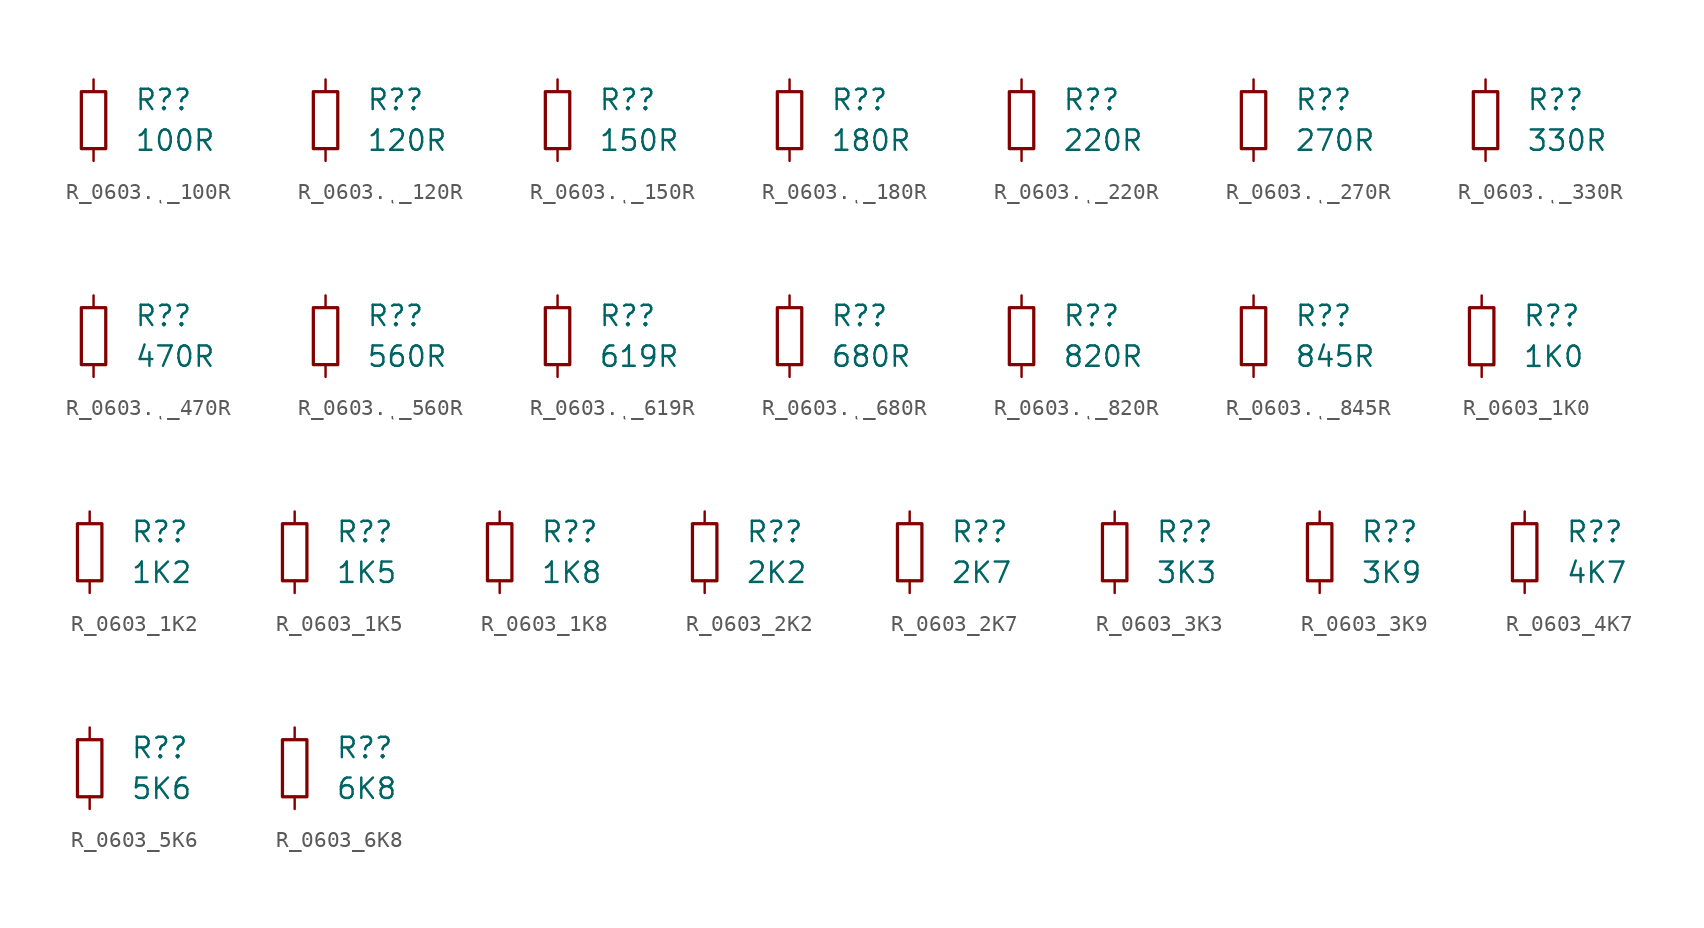
<source format=kicad_sym>
(kicad_symbol_lib
  (version 20231120)
  (generator "kicad_symbol_editor")
  (generator_version "8.0")
  (symbol "R_0603.ͺ_100R"
    (pin_numbers hide)
    (pin_names
      (offset 0.254) hide)
    (property "Reference" "R?"
      (at 2.54 1.27 0)
      (effects (font (size 1.27 1.27)) (justify left)))
    (property "Value" "100R"
      (at 2.54 -1.27 0)
      (effects (font (size 1.27 1.27)) (justify left)))
    (symbol "R_0603.ͺ_100R_0_1"
      (rectangle (start -0.762 1.778) (end 0.762 -1.778) (stroke (width 0.203) (type default)) (fill (type none))))
    (symbol "R_0603.ͺ_100R_1_1"
      (pin passive line (at 0 2.54 270) (length 0.762) (name "~" (effects (font (size 1.27 1.27)))) (number "1" (effects (font (size 1.27 1.27)))))
      (pin passive line (at 0 -2.54 90) (length 0.762) (name "~" (effects (font (size 1.27 1.27)))) (number "2" (effects (font (size 1.27 1.27)))))))
  (symbol "R_0603.ͺ_120R"
    (pin_numbers hide)
    (pin_names
      (offset 0.254) hide)
    (property "Reference" "R?"
      (at 2.54 1.27 0)
      (effects (font (size 1.27 1.27)) (justify left)))
    (property "Value" "120R"
      (at 2.54 -1.27 0)
      (effects (font (size 1.27 1.27)) (justify left)))
    (symbol "R_0603.ͺ_120R_0_1"
      (rectangle (start -0.762 1.778) (end 0.762 -1.778) (stroke (width 0.203) (type default)) (fill (type none))))
    (symbol "R_0603.ͺ_120R_1_1"
      (pin passive line (at 0 2.54 270) (length 0.762) (name "~" (effects (font (size 1.27 1.27)))) (number "1" (effects (font (size 1.27 1.27)))))
      (pin passive line (at 0 -2.54 90) (length 0.762) (name "~" (effects (font (size 1.27 1.27)))) (number "2" (effects (font (size 1.27 1.27)))))))
  (symbol "R_0603.ͺ_150R"
    (pin_numbers hide)
    (pin_names
      (offset 0.254) hide)
    (property "Reference" "R?"
      (at 2.54 1.27 0)
      (effects (font (size 1.27 1.27)) (justify left)))
    (property "Value" "150R"
      (at 2.54 -1.27 0)
      (effects (font (size 1.27 1.27)) (justify left)))
    (symbol "R_0603.ͺ_150R_0_1"
      (rectangle (start -0.762 1.778) (end 0.762 -1.778) (stroke (width 0.203) (type default)) (fill (type none))))
    (symbol "R_0603.ͺ_150R_1_1"
      (pin passive line (at 0 2.54 270) (length 0.762) (name "~" (effects (font (size 1.27 1.27)))) (number "1" (effects (font (size 1.27 1.27)))))
      (pin passive line (at 0 -2.54 90) (length 0.762) (name "~" (effects (font (size 1.27 1.27)))) (number "2" (effects (font (size 1.27 1.27)))))))
  (symbol "R_0603.ͺ_180R"
    (pin_numbers hide)
    (pin_names
      (offset 0.254) hide)
    (property "Reference" "R?"
      (at 2.54 1.27 0)
      (effects (font (size 1.27 1.27)) (justify left)))
    (property "Value" "180R"
      (at 2.54 -1.27 0)
      (effects (font (size 1.27 1.27)) (justify left)))
    (symbol "R_0603.ͺ_180R_0_1"
      (rectangle (start -0.762 1.778) (end 0.762 -1.778) (stroke (width 0.203) (type default)) (fill (type none))))
    (symbol "R_0603.ͺ_180R_1_1"
      (pin passive line (at 0 2.54 270) (length 0.762) (name "~" (effects (font (size 1.27 1.27)))) (number "1" (effects (font (size 1.27 1.27)))))
      (pin passive line (at 0 -2.54 90) (length 0.762) (name "~" (effects (font (size 1.27 1.27)))) (number "2" (effects (font (size 1.27 1.27)))))))
  (symbol "R_0603.ͺ_220R"
    (pin_numbers hide)
    (pin_names
      (offset 0.254) hide)
    (property "Reference" "R?"
      (at 2.54 1.27 0)
      (effects (font (size 1.27 1.27)) (justify left)))
    (property "Value" "220R"
      (at 2.54 -1.27 0)
      (effects (font (size 1.27 1.27)) (justify left)))
    (symbol "R_0603.ͺ_220R_0_1"
      (rectangle (start -0.762 1.778) (end 0.762 -1.778) (stroke (width 0.203) (type default)) (fill (type none))))
    (symbol "R_0603.ͺ_220R_1_1"
      (pin passive line (at 0 2.54 270) (length 0.762) (name "~" (effects (font (size 1.27 1.27)))) (number "1" (effects (font (size 1.27 1.27)))))
      (pin passive line (at 0 -2.54 90) (length 0.762) (name "~" (effects (font (size 1.27 1.27)))) (number "2" (effects (font (size 1.27 1.27)))))))
  (symbol "R_0603.ͺ_270R"
    (pin_numbers hide)
    (pin_names
      (offset 0.254) hide)
    (property "Reference" "R?"
      (at 2.54 1.27 0)
      (effects (font (size 1.27 1.27)) (justify left)))
    (property "Value" "270R"
      (at 2.54 -1.27 0)
      (effects (font (size 1.27 1.27)) (justify left)))
    (symbol "R_0603.ͺ_270R_0_1"
      (rectangle (start -0.762 1.778) (end 0.762 -1.778) (stroke (width 0.203) (type default)) (fill (type none))))
    (symbol "R_0603.ͺ_270R_1_1"
      (pin passive line (at 0 2.54 270) (length 0.762) (name "~" (effects (font (size 1.27 1.27)))) (number "1" (effects (font (size 1.27 1.27)))))
      (pin passive line (at 0 -2.54 90) (length 0.762) (name "~" (effects (font (size 1.27 1.27)))) (number "2" (effects (font (size 1.27 1.27)))))))
  (symbol "R_0603.ͺ_330R"
    (pin_numbers hide)
    (pin_names
      (offset 0.254) hide)
    (property "Reference" "R?"
      (at 2.54 1.27 0)
      (effects (font (size 1.27 1.27)) (justify left)))
    (property "Value" "330R"
      (at 2.54 -1.27 0)
      (effects (font (size 1.27 1.27)) (justify left)))
    (symbol "R_0603.ͺ_330R_0_1"
      (rectangle (start -0.762 1.778) (end 0.762 -1.778) (stroke (width 0.203) (type default)) (fill (type none))))
    (symbol "R_0603.ͺ_330R_1_1"
      (pin passive line (at 0 2.54 270) (length 0.762) (name "~" (effects (font (size 1.27 1.27)))) (number "1" (effects (font (size 1.27 1.27)))))
      (pin passive line (at 0 -2.54 90) (length 0.762) (name "~" (effects (font (size 1.27 1.27)))) (number "2" (effects (font (size 1.27 1.27)))))))
  (symbol "R_0603.ͺ_470R"
    (pin_numbers hide)
    (pin_names
      (offset 0.254) hide)
    (property "Reference" "R?"
      (at 2.54 1.27 0)
      (effects (font (size 1.27 1.27)) (justify left)))
    (property "Value" "470R"
      (at 2.54 -1.27 0)
      (effects (font (size 1.27 1.27)) (justify left)))
    (symbol "R_0603.ͺ_470R_0_1"
      (rectangle (start -0.762 1.778) (end 0.762 -1.778) (stroke (width 0.203) (type default)) (fill (type none))))
    (symbol "R_0603.ͺ_470R_1_1"
      (pin passive line (at 0 2.54 270) (length 0.762) (name "~" (effects (font (size 1.27 1.27)))) (number "1" (effects (font (size 1.27 1.27)))))
      (pin passive line (at 0 -2.54 90) (length 0.762) (name "~" (effects (font (size 1.27 1.27)))) (number "2" (effects (font (size 1.27 1.27)))))))
  (symbol "R_0603.ͺ_560R"
    (pin_numbers hide)
    (pin_names
      (offset 0.254) hide)
    (property "Reference" "R?"
      (at 2.54 1.27 0)
      (effects (font (size 1.27 1.27)) (justify left)))
    (property "Value" "560R"
      (at 2.54 -1.27 0)
      (effects (font (size 1.27 1.27)) (justify left)))
    (symbol "R_0603.ͺ_560R_0_1"
      (rectangle (start -0.762 1.778) (end 0.762 -1.778) (stroke (width 0.203) (type default)) (fill (type none))))
    (symbol "R_0603.ͺ_560R_1_1"
      (pin passive line (at 0 2.54 270) (length 0.762) (name "~" (effects (font (size 1.27 1.27)))) (number "1" (effects (font (size 1.27 1.27)))))
      (pin passive line (at 0 -2.54 90) (length 0.762) (name "~" (effects (font (size 1.27 1.27)))) (number "2" (effects (font (size 1.27 1.27)))))))
  (symbol "R_0603.ͺ_619R"
    (pin_numbers hide)
    (pin_names
      (offset 0.254) hide)
    (property "Reference" "R?"
      (at 2.54 1.27 0)
      (effects (font (size 1.27 1.27)) (justify left)))
    (property "Value" "619R"
      (at 2.54 -1.27 0)
      (effects (font (size 1.27 1.27)) (justify left)))
    (symbol "R_0603.ͺ_619R_0_1"
      (rectangle (start -0.762 1.778) (end 0.762 -1.778) (stroke (width 0.203) (type default)) (fill (type none))))
    (symbol "R_0603.ͺ_619R_1_1"
      (pin passive line (at 0 2.54 270) (length 0.762) (name "~" (effects (font (size 1.27 1.27)))) (number "1" (effects (font (size 1.27 1.27)))))
      (pin passive line (at 0 -2.54 90) (length 0.762) (name "~" (effects (font (size 1.27 1.27)))) (number "2" (effects (font (size 1.27 1.27)))))))
  (symbol "R_0603.ͺ_680R"
    (pin_numbers hide)
    (pin_names
      (offset 0.254) hide)
    (property "Reference" "R?"
      (at 2.54 1.27 0)
      (effects (font (size 1.27 1.27)) (justify left)))
    (property "Value" "680R"
      (at 2.54 -1.27 0)
      (effects (font (size 1.27 1.27)) (justify left)))
    (symbol "R_0603.ͺ_680R_0_1"
      (rectangle (start -0.762 1.778) (end 0.762 -1.778) (stroke (width 0.203) (type default)) (fill (type none))))
    (symbol "R_0603.ͺ_680R_1_1"
      (pin passive line (at 0 2.54 270) (length 0.762) (name "~" (effects (font (size 1.27 1.27)))) (number "1" (effects (font (size 1.27 1.27)))))
      (pin passive line (at 0 -2.54 90) (length 0.762) (name "~" (effects (font (size 1.27 1.27)))) (number "2" (effects (font (size 1.27 1.27)))))))
  (symbol "R_0603.ͺ_820R"
    (pin_numbers hide)
    (pin_names
      (offset 0.254) hide)
    (property "Reference" "R?"
      (at 2.54 1.27 0)
      (effects (font (size 1.27 1.27)) (justify left)))
    (property "Value" "820R"
      (at 2.54 -1.27 0)
      (effects (font (size 1.27 1.27)) (justify left)))
    (symbol "R_0603.ͺ_820R_0_1"
      (rectangle (start -0.762 1.778) (end 0.762 -1.778) (stroke (width 0.203) (type default)) (fill (type none))))
    (symbol "R_0603.ͺ_820R_1_1"
      (pin passive line (at 0 2.54 270) (length 0.762) (name "~" (effects (font (size 1.27 1.27)))) (number "1" (effects (font (size 1.27 1.27)))))
      (pin passive line (at 0 -2.54 90) (length 0.762) (name "~" (effects (font (size 1.27 1.27)))) (number "2" (effects (font (size 1.27 1.27)))))))
  (symbol "R_0603.ͺ_845R"
    (pin_numbers hide)
    (pin_names
      (offset 0.254) hide)
    (property "Reference" "R?"
      (at 2.54 1.27 0)
      (effects (font (size 1.27 1.27)) (justify left)))
    (property "Value" "845R"
      (at 2.54 -1.27 0)
      (effects (font (size 1.27 1.27)) (justify left)))
    (symbol "R_0603.ͺ_845R_0_1"
      (rectangle (start -0.762 1.778) (end 0.762 -1.778) (stroke (width 0.203) (type default)) (fill (type none))))
    (symbol "R_0603.ͺ_845R_1_1"
      (pin passive line (at 0 2.54 270) (length 0.762) (name "~" (effects (font (size 1.27 1.27)))) (number "1" (effects (font (size 1.27 1.27)))))
      (pin passive line (at 0 -2.54 90) (length 0.762) (name "~" (effects (font (size 1.27 1.27)))) (number "2" (effects (font (size 1.27 1.27)))))))
  (symbol "R_0603_1K0"
    (pin_numbers hide)
    (pin_names
      (offset 0.254) hide)
    (property "Reference" "R?"
      (at 2.54 1.27 0)
      (effects (font (size 1.27 1.27)) (justify left)))
    (property "Value" "1K0"
      (at 2.54 -1.27 0)
      (effects (font (size 1.27 1.27)) (justify left)))
    (symbol "R_0603_1K0_0_1"
      (rectangle (start -0.762 1.778) (end 0.762 -1.778) (stroke (width 0.203) (type default)) (fill (type none))))
    (symbol "R_0603_1K0_1_1"
      (pin passive line (at 0 2.54 270) (length 0.762) (name "~" (effects (font (size 1.27 1.27)))) (number "1" (effects (font (size 1.27 1.27)))))
      (pin passive line (at 0 -2.54 90) (length 0.762) (name "~" (effects (font (size 1.27 1.27)))) (number "2" (effects (font (size 1.27 1.27)))))))
  (symbol "R_0603_1K2"
    (pin_numbers hide)
    (pin_names
      (offset 0.254) hide)
    (property "Reference" "R?"
      (at 2.54 1.27 0)
      (effects (font (size 1.27 1.27)) (justify left)))
    (property "Value" "1K2"
      (at 2.54 -1.27 0)
      (effects (font (size 1.27 1.27)) (justify left)))
    (symbol "R_0603_1K2_0_1"
      (rectangle (start -0.762 1.778) (end 0.762 -1.778) (stroke (width 0.203) (type default)) (fill (type none))))
    (symbol "R_0603_1K2_1_1"
      (pin passive line (at 0 2.54 270) (length 0.762) (name "~" (effects (font (size 1.27 1.27)))) (number "1" (effects (font (size 1.27 1.27)))))
      (pin passive line (at 0 -2.54 90) (length 0.762) (name "~" (effects (font (size 1.27 1.27)))) (number "2" (effects (font (size 1.27 1.27)))))))
  (symbol "R_0603_1K5"
    (pin_numbers hide)
    (pin_names
      (offset 0.254) hide)
    (property "Reference" "R?"
      (at 2.54 1.27 0)
      (effects (font (size 1.27 1.27)) (justify left)))
    (property "Value" "1K5"
      (at 2.54 -1.27 0)
      (effects (font (size 1.27 1.27)) (justify left)))
    (symbol "R_0603_1K5_0_1"
      (rectangle (start -0.762 1.778) (end 0.762 -1.778) (stroke (width 0.203) (type default)) (fill (type none))))
    (symbol "R_0603_1K5_1_1"
      (pin passive line (at 0 2.54 270) (length 0.762) (name "~" (effects (font (size 1.27 1.27)))) (number "1" (effects (font (size 1.27 1.27)))))
      (pin passive line (at 0 -2.54 90) (length 0.762) (name "~" (effects (font (size 1.27 1.27)))) (number "2" (effects (font (size 1.27 1.27)))))))
  (symbol "R_0603_1K8"
    (pin_numbers hide)
    (pin_names
      (offset 0.254) hide)
    (property "Reference" "R?"
      (at 2.54 1.27 0)
      (effects (font (size 1.27 1.27)) (justify left)))
    (property "Value" "1K8"
      (at 2.54 -1.27 0)
      (effects (font (size 1.27 1.27)) (justify left)))
    (symbol "R_0603_1K8_0_1"
      (rectangle (start -0.762 1.778) (end 0.762 -1.778) (stroke (width 0.203) (type default)) (fill (type none))))
    (symbol "R_0603_1K8_1_1"
      (pin passive line (at 0 2.54 270) (length 0.762) (name "~" (effects (font (size 1.27 1.27)))) (number "1" (effects (font (size 1.27 1.27)))))
      (pin passive line (at 0 -2.54 90) (length 0.762) (name "~" (effects (font (size 1.27 1.27)))) (number "2" (effects (font (size 1.27 1.27)))))))
  (symbol "R_0603_2K2"
    (pin_numbers hide)
    (pin_names
      (offset 0.254) hide)
    (property "Reference" "R?"
      (at 2.54 1.27 0)
      (effects (font (size 1.27 1.27)) (justify left)))
    (property "Value" "2K2"
      (at 2.54 -1.27 0)
      (effects (font (size 1.27 1.27)) (justify left)))
    (symbol "R_0603_2K2_0_1"
      (rectangle (start -0.762 1.778) (end 0.762 -1.778) (stroke (width 0.203) (type default)) (fill (type none))))
    (symbol "R_0603_2K2_1_1"
      (pin passive line (at 0 2.54 270) (length 0.762) (name "~" (effects (font (size 1.27 1.27)))) (number "1" (effects (font (size 1.27 1.27)))))
      (pin passive line (at 0 -2.54 90) (length 0.762) (name "~" (effects (font (size 1.27 1.27)))) (number "2" (effects (font (size 1.27 1.27)))))))
  (symbol "R_0603_2K7"
    (pin_numbers hide)
    (pin_names
      (offset 0.254) hide)
    (property "Reference" "R?"
      (at 2.54 1.27 0)
      (effects (font (size 1.27 1.27)) (justify left)))
    (property "Value" "2K7"
      (at 2.54 -1.27 0)
      (effects (font (size 1.27 1.27)) (justify left)))
    (symbol "R_0603_2K7_0_1"
      (rectangle (start -0.762 1.778) (end 0.762 -1.778) (stroke (width 0.203) (type default)) (fill (type none))))
    (symbol "R_0603_2K7_1_1"
      (pin passive line (at 0 2.54 270) (length 0.762) (name "~" (effects (font (size 1.27 1.27)))) (number "1" (effects (font (size 1.27 1.27)))))
      (pin passive line (at 0 -2.54 90) (length 0.762) (name "~" (effects (font (size 1.27 1.27)))) (number "2" (effects (font (size 1.27 1.27)))))))
  (symbol "R_0603_3K3"
    (pin_numbers hide)
    (pin_names
      (offset 0.254) hide)
    (property "Reference" "R?"
      (at 2.54 1.27 0)
      (effects (font (size 1.27 1.27)) (justify left)))
    (property "Value" "3K3"
      (at 2.54 -1.27 0)
      (effects (font (size 1.27 1.27)) (justify left)))
    (symbol "R_0603_3K3_0_1"
      (rectangle (start -0.762 1.778) (end 0.762 -1.778) (stroke (width 0.203) (type default)) (fill (type none))))
    (symbol "R_0603_3K3_1_1"
      (pin passive line (at 0 2.54 270) (length 0.762) (name "~" (effects (font (size 1.27 1.27)))) (number "1" (effects (font (size 1.27 1.27)))))
      (pin passive line (at 0 -2.54 90) (length 0.762) (name "~" (effects (font (size 1.27 1.27)))) (number "2" (effects (font (size 1.27 1.27)))))))
  (symbol "R_0603_3K9"
    (pin_numbers hide)
    (pin_names
      (offset 0.254) hide)
    (property "Reference" "R?"
      (at 2.54 1.27 0)
      (effects (font (size 1.27 1.27)) (justify left)))
    (property "Value" "3K9"
      (at 2.54 -1.27 0)
      (effects (font (size 1.27 1.27)) (justify left)))
    (symbol "R_0603_3K9_0_1"
      (rectangle (start -0.762 1.778) (end 0.762 -1.778) (stroke (width 0.203) (type default)) (fill (type none))))
    (symbol "R_0603_3K9_1_1"
      (pin passive line (at 0 2.54 270) (length 0.762) (name "~" (effects (font (size 1.27 1.27)))) (number "1" (effects (font (size 1.27 1.27)))))
      (pin passive line (at 0 -2.54 90) (length 0.762) (name "~" (effects (font (size 1.27 1.27)))) (number "2" (effects (font (size 1.27 1.27)))))))
  (symbol "R_0603_4K7"
    (pin_numbers hide)
    (pin_names
      (offset 0.254) hide)
    (property "Reference" "R?"
      (at 2.54 1.27 0)
      (effects (font (size 1.27 1.27)) (justify left)))
    (property "Value" "4K7"
      (at 2.54 -1.27 0)
      (effects (font (size 1.27 1.27)) (justify left)))
    (symbol "R_0603_4K7_0_1"
      (rectangle (start -0.762 1.778) (end 0.762 -1.778) (stroke (width 0.203) (type default)) (fill (type none))))
    (symbol "R_0603_4K7_1_1"
      (pin passive line (at 0 2.54 270) (length 0.762) (name "~" (effects (font (size 1.27 1.27)))) (number "1" (effects (font (size 1.27 1.27)))))
      (pin passive line (at 0 -2.54 90) (length 0.762) (name "~" (effects (font (size 1.27 1.27)))) (number "2" (effects (font (size 1.27 1.27)))))))
  (symbol "R_0603_5K6"
    (pin_numbers hide)
    (pin_names
      (offset 0.254) hide)
    (property "Reference" "R?"
      (at 2.54 1.27 0)
      (effects (font (size 1.27 1.27)) (justify left)))
    (property "Value" "5K6"
      (at 2.54 -1.27 0)
      (effects (font (size 1.27 1.27)) (justify left)))
    (symbol "R_0603_5K6_0_1"
      (rectangle (start -0.762 1.778) (end 0.762 -1.778) (stroke (width 0.203) (type default)) (fill (type none))))
    (symbol "R_0603_5K6_1_1"
      (pin passive line (at 0 2.54 270) (length 0.762) (name "~" (effects (font (size 1.27 1.27)))) (number "1" (effects (font (size 1.27 1.27)))))
      (pin passive line (at 0 -2.54 90) (length 0.762) (name "~" (effects (font (size 1.27 1.27)))) (number "2" (effects (font (size 1.27 1.27)))))))
  (symbol "R_0603_6K8"
    (pin_numbers hide)
    (pin_names
      (offset 0.254) hide)
    (property "Reference" "R?"
      (at 2.54 1.27 0)
      (effects (font (size 1.27 1.27)) (justify left)))
    (property "Value" "6K8"
      (at 2.54 -1.27 0)
      (effects (font (size 1.27 1.27)) (justify left)))
    (symbol "R_0603_6K8_0_1"
      (rectangle (start -0.762 1.778) (end 0.762 -1.778) (stroke (width 0.203) (type default)) (fill (type none))))
    (symbol "R_0603_6K8_1_1"
      (pin passive line (at 0 2.54 270) (length 0.762) (name "~" (effects (font (size 1.27 1.27)))) (number "1" (effects (font (size 1.27 1.27)))))
      (pin passive line (at 0 -2.54 90) (length 0.762) (name "~" (effects (font (size 1.27 1.27)))) (number "2" (effects (font (size 1.27 1.27))))))))
</source>
